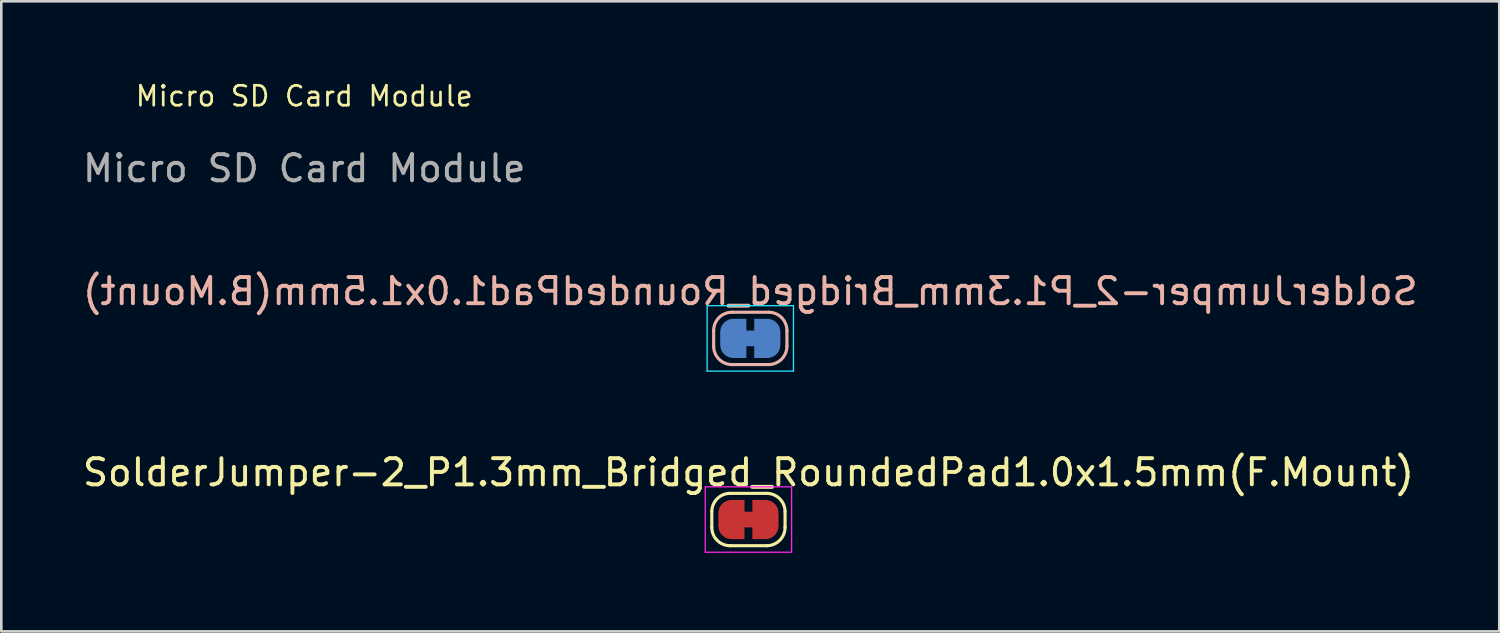
<source format=kicad_pcb>
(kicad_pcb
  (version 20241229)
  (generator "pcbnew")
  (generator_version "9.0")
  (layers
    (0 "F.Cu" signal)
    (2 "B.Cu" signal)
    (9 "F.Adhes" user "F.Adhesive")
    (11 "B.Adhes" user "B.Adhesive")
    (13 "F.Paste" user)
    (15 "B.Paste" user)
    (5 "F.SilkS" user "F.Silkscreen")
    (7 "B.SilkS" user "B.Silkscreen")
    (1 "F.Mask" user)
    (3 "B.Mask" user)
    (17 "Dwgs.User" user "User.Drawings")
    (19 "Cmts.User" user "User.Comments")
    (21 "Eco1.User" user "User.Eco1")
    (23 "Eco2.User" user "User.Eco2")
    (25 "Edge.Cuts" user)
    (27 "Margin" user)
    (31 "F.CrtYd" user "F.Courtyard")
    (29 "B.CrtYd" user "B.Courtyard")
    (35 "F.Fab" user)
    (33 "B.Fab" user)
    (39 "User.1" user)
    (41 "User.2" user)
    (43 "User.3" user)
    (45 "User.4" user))
  (footprint "SolderJumper-2_P1.3mm_Bridged_RoundedPad1.0x1.5mm(B.Mount)"
    (layer "F.Cu")
    (at 25.625 9.883)
    (property "Reference" "SolderJumper-2_P1.3mm_Bridged_RoundedPad1.0x1.5mm(B.Mount)" (at 0 -1.8 0) (layer "B.SilkS") (effects (font (size 1 1) (thickness 0.15)) (justify mirror)))
    (attr exclude_from_pos_files exclude_from_bom)
    (fp_poly (pts (xy -0.25 -0.3) (xy 0.25 -0.3) (xy 0.25 0.3) (xy -0.25 0.3)) (stroke (width 0) (type solid)) (fill yes) (layer "B.Cu"))
    (fp_line (start -1.4 -0.3) (end -1.4 0.3) (stroke (width 0.12) (type solid)) (layer "B.SilkS"))
    (fp_line (start -0.7 1) (end 0.7 1) (stroke (width 0.12) (type solid)) (layer "B.SilkS"))
    (fp_line (start 0.7 -1) (end -0.7 -1) (stroke (width 0.12) (type solid)) (layer "B.SilkS"))
    (fp_line (start 1.4 0.3) (end 1.4 -0.3) (stroke (width 0.12) (type solid)) (layer "B.SilkS"))
    (fp_arc (start -1.4 -0.3) (mid -1.194975 -0.794975) (end -0.7 -1) (stroke (width 0.12) (type solid)) (layer "B.SilkS"))
    (fp_arc (start -0.7 1) (mid -1.194975 0.794975) (end -1.4 0.3) (stroke (width 0.12) (type solid)) (layer "B.SilkS"))
    (fp_arc (start 0.7 -1) (mid 1.194975 -0.794975) (end 1.4 -0.3) (stroke (width 0.12) (type solid)) (layer "B.SilkS"))
    (fp_arc (start 1.4 0.3) (mid 1.194975 0.794975) (end 0.7 1) (stroke (width 0.12) (type solid)) (layer "B.SilkS"))
    (fp_line (start -1.65 1.25) (end -1.65 -1.25) (stroke (width 0.05) (type solid)) (layer "B.CrtYd"))
    (fp_line (start -1.65 1.25) (end 1.65 1.25) (stroke (width 0.05) (type solid)) (layer "B.CrtYd"))
    (fp_line (start 1.65 -1.25) (end -1.65 -1.25) (stroke (width 0.05) (type solid)) (layer "B.CrtYd"))
    (fp_line (start 1.65 -1.25) (end 1.65 1.25) (stroke (width 0.05) (type solid)) (layer "B.CrtYd"))
    (pad "1" smd custom (at 0.65 0) (size 1 0.5) (layers "B.Cu" "B.Mask") (options (anchor rect)) (primitives (gr_circle (center 0 0.25) (end 0.5 0.25) (width 0) (fill yes)) (gr_circle (center 0 -0.25) (end 0.5 -0.25) (width 0) (fill yes)) (gr_poly (pts (xy 0 0.75) (xy -0.5 0.75) (xy -0.5 -0.75) (xy 0 -0.75)) (width 0) (fill yes))))
    (pad "2" smd custom (at -0.65 0) (size 1 0.5) (layers "B.Cu" "B.Mask") (options (anchor rect)) (primitives (gr_circle (center 0 0.25) (end 0.5 0.25) (width 0) (fill yes)) (gr_circle (center 0 -0.25) (end 0.5 -0.25) (width 0) (fill yes)) (gr_poly (pts (xy 0.5 0.75) (xy 0 0.75) (xy 0 -0.75) (xy 0.5 -0.75)) (width 0) (fill yes)))))
  (footprint "Micro SD Card Module"
    (layer "F.Cu")
    (at 8.577 1.005)
    (property "Reference" "Micro SD Card Module" (at 0 -0.381 0) (unlocked yes) (layer "F.SilkS") (effects (font (size 0.762 0.762) (thickness 0.102))))
    (attr through_hole)
    (fp_text user "${REFERENCE}" (at 0 2.381 0) (unlocked yes) (layer "F.Fab") (effects (font (size 1 1) (thickness 0.15)))))
  (footprint "SolderJumper-2_P1.3mm_Bridged_RoundedPad1.0x1.5mm(F.Mount)"
    (layer "F.Cu")
    (at 25.554 16.806)
    (property "Reference" "SolderJumper-2_P1.3mm_Bridged_RoundedPad1.0x1.5mm(F.Mount)" (at 0 -1.8 0) (layer "F.SilkS") (effects (font (size 1 1) (thickness 0.15))))
    (attr exclude_from_pos_files exclude_from_bom)
    (fp_poly (pts (xy 0.25 -0.3) (xy -0.25 -0.3) (xy -0.25 0.3) (xy 0.25 0.3)) (stroke (width 0) (type solid)) (fill yes) (layer "F.Cu"))
    (fp_line (start -1.4 0.3) (end -1.4 -0.3) (stroke (width 0.12) (type solid)) (layer "F.SilkS"))
    (fp_line (start -0.7 -1) (end 0.7 -1) (stroke (width 0.12) (type solid)) (layer "F.SilkS"))
    (fp_line (start 0.7 1) (end -0.7 1) (stroke (width 0.12) (type solid)) (layer "F.SilkS"))
    (fp_line (start 1.4 -0.3) (end 1.4 0.3) (stroke (width 0.12) (type solid)) (layer "F.SilkS"))
    (fp_arc (start -1.4 -0.3) (mid -1.194975 -0.794975) (end -0.7 -1) (stroke (width 0.12) (type solid)) (layer "F.SilkS"))
    (fp_arc (start -0.7 1) (mid -1.194975 0.794975) (end -1.4 0.3) (stroke (width 0.12) (type solid)) (layer "F.SilkS"))
    (fp_arc (start 0.7 -1) (mid 1.194975 -0.794975) (end 1.4 -0.3) (stroke (width 0.12) (type solid)) (layer "F.SilkS"))
    (fp_arc (start 1.4 0.3) (mid 1.194975 0.794975) (end 0.7 1) (stroke (width 0.12) (type solid)) (layer "F.SilkS"))
    (fp_line (start -1.65 -1.25) (end -1.65 1.25) (stroke (width 0.05) (type solid)) (layer "F.CrtYd"))
    (fp_line (start -1.65 -1.25) (end 1.65 -1.25) (stroke (width 0.05) (type solid)) (layer "F.CrtYd"))
    (fp_line (start 1.65 1.25) (end -1.65 1.25) (stroke (width 0.05) (type solid)) (layer "F.CrtYd"))
    (fp_line (start 1.65 1.25) (end 1.65 -1.25) (stroke (width 0.05) (type solid)) (layer "F.CrtYd"))
    (pad "1" smd custom (at -0.65 0) (size 1 0.5) (layers "F.Cu" "F.Mask") (options (anchor rect)) (primitives (gr_circle (center 0 0.25) (end -0.5 0.25) (width 0) (fill yes)) (gr_circle (center 0 -0.25) (end -0.5 -0.25) (width 0) (fill yes)) (gr_poly (pts (xy 0 0.75) (xy 0.5 0.75) (xy 0.5 -0.75) (xy 0 -0.75)) (width 0) (fill yes))))
    (pad "2" smd custom (at 0.65 0) (size 1 0.5) (layers "F.Cu" "F.Mask") (options (anchor rect)) (primitives (gr_circle (center 0 0.25) (end -0.5 0.25) (width 0) (fill yes)) (gr_circle (center 0 -0.25) (end -0.5 -0.25) (width 0) (fill yes)) (gr_poly (pts (xy -0.5 0.75) (xy 0 0.75) (xy 0 -0.75) (xy -0.5 -0.75)) (width 0) (fill yes)))))
  (gr_rect
    (start -3 -3)
    (end 54.25 21.081)
    (stroke (width 0.1) (type default))
    (fill no)
    (layer "Edge.Cuts")))
</source>
